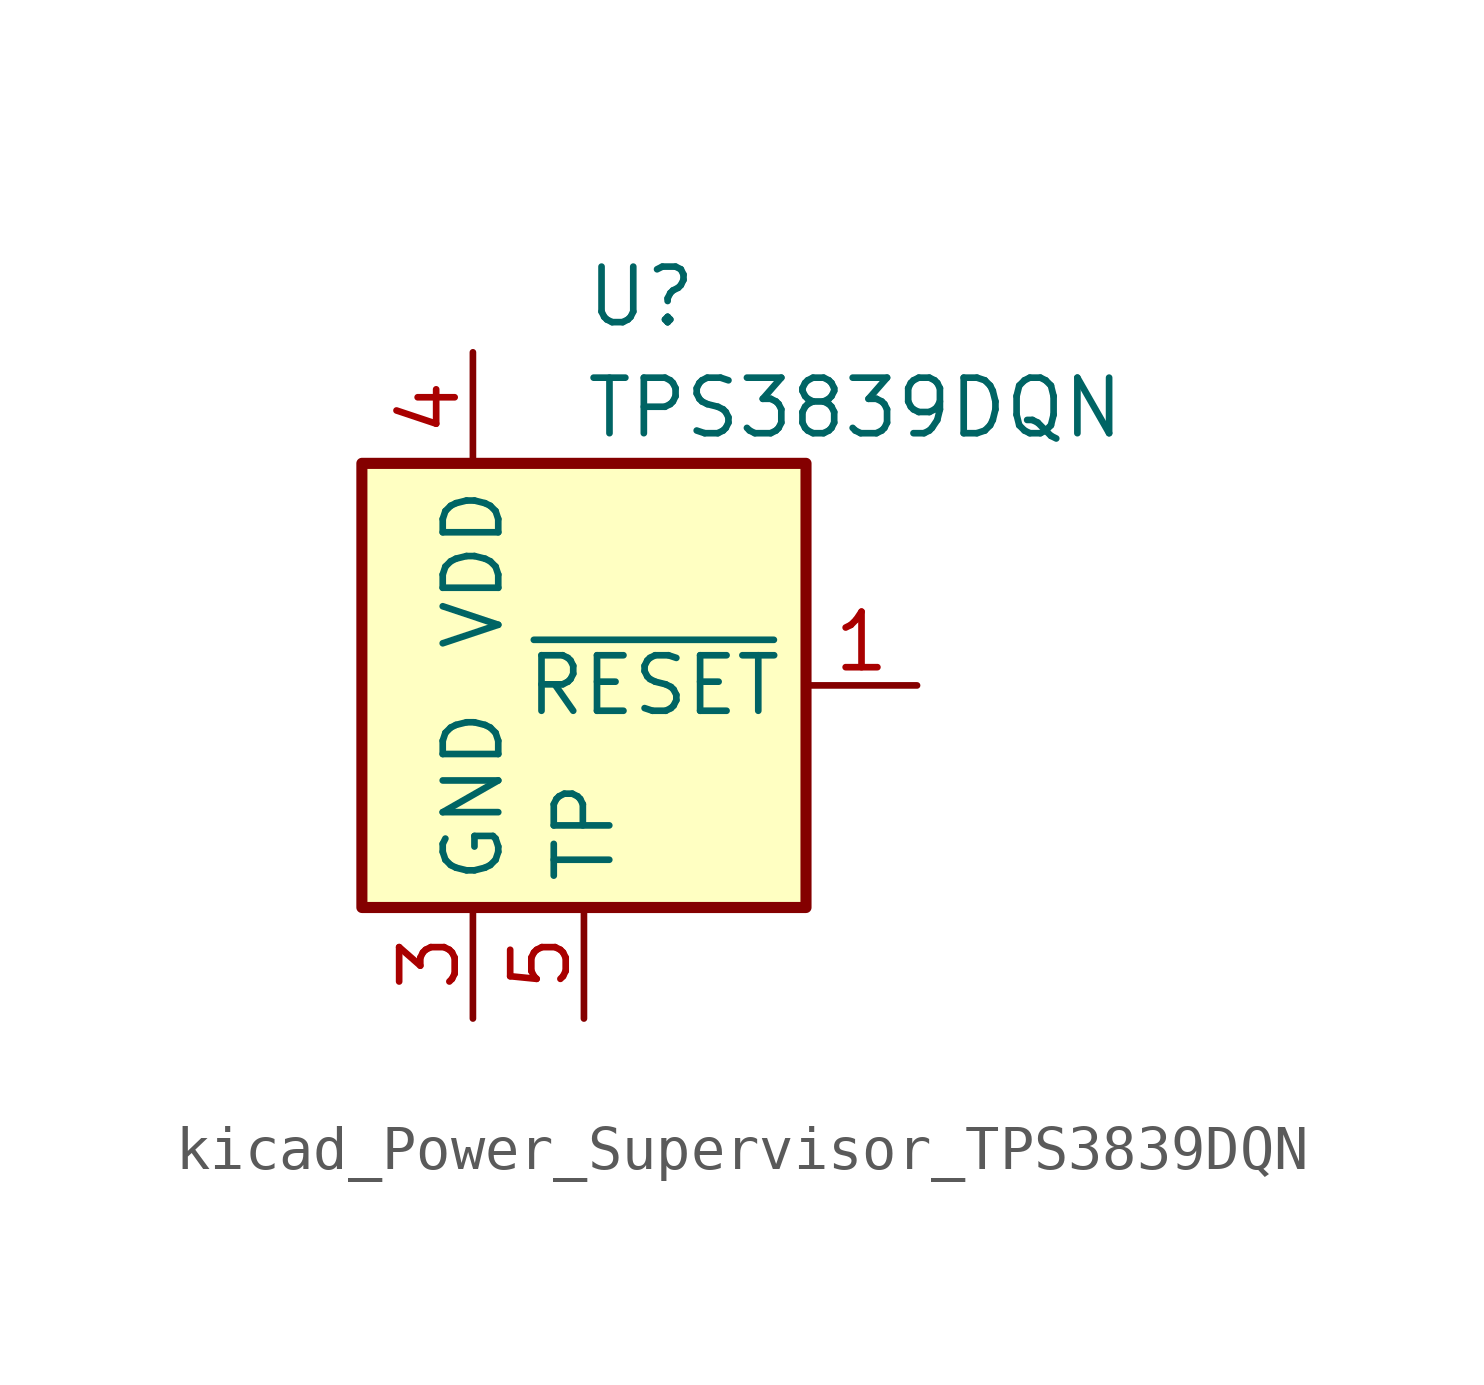
<source format=kicad_sym>
(kicad_symbol_lib
  (version 20220914)
  (generator kicad_symbol_editor)
  (symbol "kicad_Power_Supervisor_TPS3839DQN"
    (property "Reference" "U"
      (at 2.54 8.89 0)
      (effects (font (size 1.27 1.27)) (justify left)))
    (property "Value" "TPS3839DQN"
      (at 2.54 6.35 0)
      (effects (font (size 1.27 1.27)) (justify left)))
    (symbol "kicad_Power_Supervisor_TPS3839DQN_0_1"
      (rectangle (start -2.54 5.08) (end 7.62 -5.08) (stroke (width 0.254) (type default)) (fill (type background))))
    (symbol "kicad_Power_Supervisor_TPS3839DQN_1_1"
      (pin output line (at 10.16 0 180) (length 2.54) (name "~{RESET}" (effects (font (size 1.27 1.27)))) (number "1" (effects (font (size 1.27 1.27)))))
      (pin no_connect line (at -2.54 0 0) (length 2.54) hide (name "NC" (effects (font (size 1.27 1.27)))) (number "2" (effects (font (size 1.27 1.27)))))
      (pin power_in line (at 0 -7.62 90) (length 2.54) (name "GND" (effects (font (size 1.27 1.27)))) (number "3" (effects (font (size 1.27 1.27)))))
      (pin power_in line (at 0 7.62 270) (length 2.54) (name "VDD" (effects (font (size 1.27 1.27)))) (number "4" (effects (font (size 1.27 1.27)))))
      (pin power_in line (at 2.54 -7.62 90) (length 2.54) (name "TP" (effects (font (size 1.27 1.27)))) (number "5" (effects (font (size 1.27 1.27))))))))
</source>
